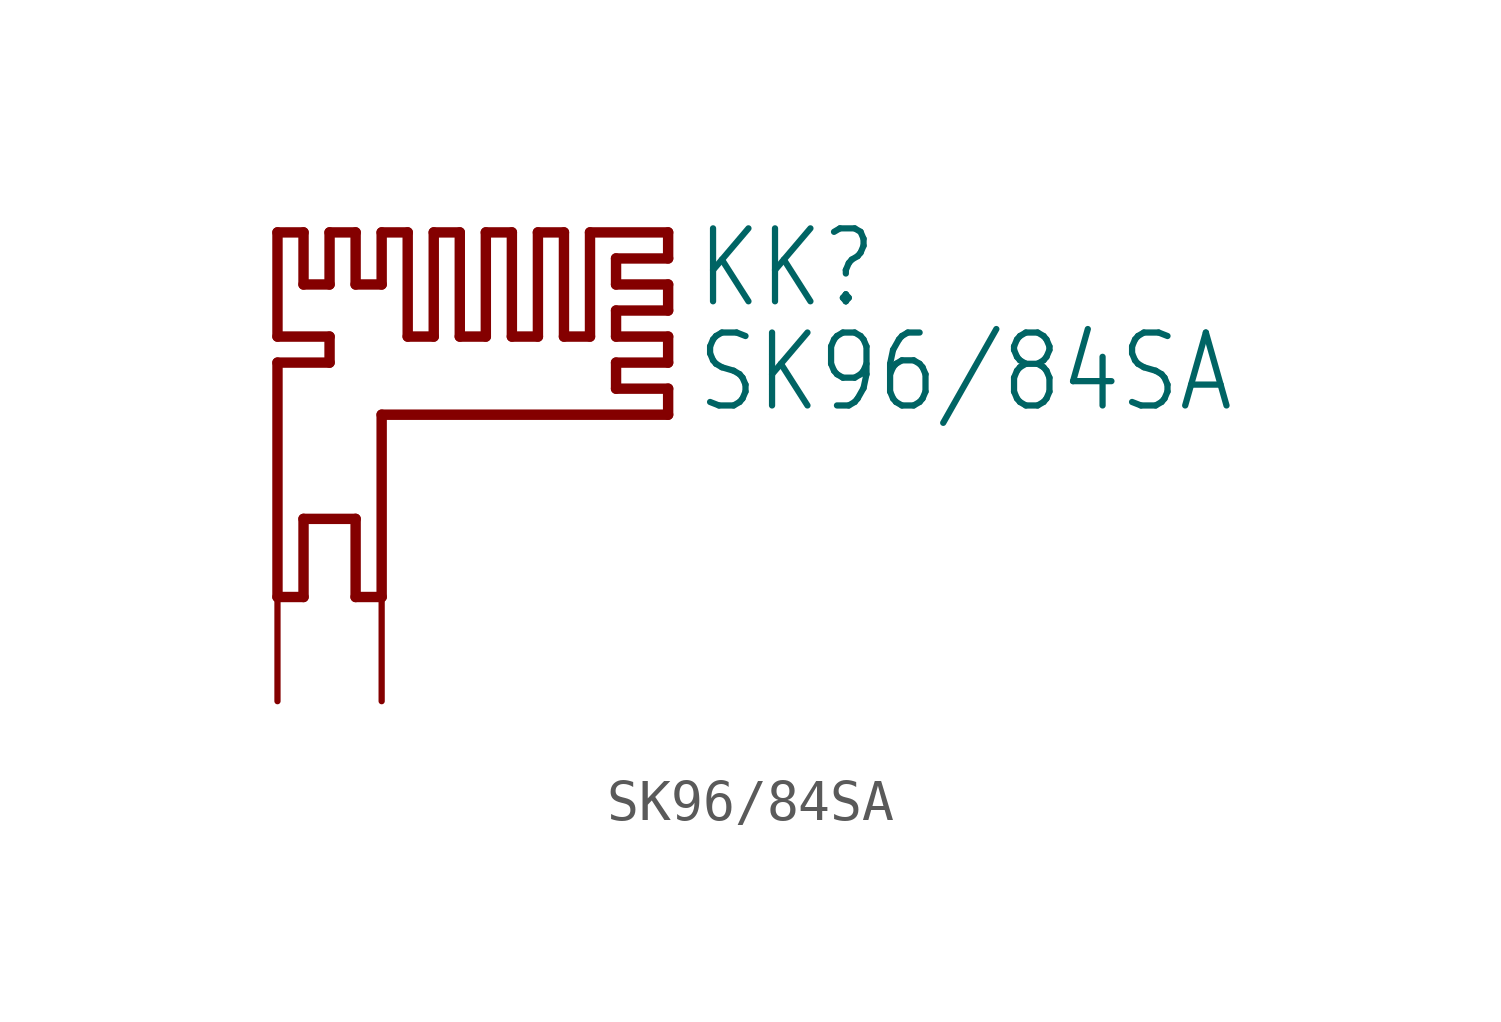
<source format=kicad_sym>
(kicad_symbol_lib
  (version 20220914)
  (generator kicad_symbol_editor)
  (symbol "SK96/84SA"
    (property "Reference" "KK"
      (at 10.16 6.985 0)
      (effects (font (size 1.778 1.511)) (justify left bottom)))
    (property "Value" "SK96/84SA"
      (at 10.16 4.445 0)
      (effects (font (size 1.778 1.511)) (justify left bottom)))
    (symbol "SK96/84SA_1_0"
      (polyline (pts (xy 0 0) (xy 0.635 0)) (stroke (width 0.254) (type solid)) (fill (type none)))
      (polyline (pts (xy 0 5.715) (xy 0 0)) (stroke (width 0.254) (type solid)) (fill (type none)))
      (polyline (pts (xy 0 6.35) (xy 1.27 6.35)) (stroke (width 0.254) (type solid)) (fill (type none)))
      (polyline (pts (xy 0 8.89) (xy 0 6.35)) (stroke (width 0.254) (type solid)) (fill (type none)))
      (polyline (pts (xy 0.635 0) (xy 0.635 1.905)) (stroke (width 0.254) (type solid)) (fill (type none)))
      (polyline (pts (xy 0.635 1.905) (xy 1.905 1.905)) (stroke (width 0.254) (type solid)) (fill (type none)))
      (polyline (pts (xy 0.635 7.62) (xy 0.635 8.89)) (stroke (width 0.254) (type solid)) (fill (type none)))
      (polyline (pts (xy 0.635 8.89) (xy 0 8.89)) (stroke (width 0.254) (type solid)) (fill (type none)))
      (polyline (pts (xy 1.27 5.715) (xy 0 5.715)) (stroke (width 0.254) (type solid)) (fill (type none)))
      (polyline (pts (xy 1.27 6.35) (xy 1.27 5.715)) (stroke (width 0.254) (type solid)) (fill (type none)))
      (polyline (pts (xy 1.27 7.62) (xy 0.635 7.62)) (stroke (width 0.254) (type solid)) (fill (type none)))
      (polyline (pts (xy 1.27 8.89) (xy 1.27 7.62)) (stroke (width 0.254) (type solid)) (fill (type none)))
      (polyline (pts (xy 1.905 0) (xy 2.54 0)) (stroke (width 0.254) (type solid)) (fill (type none)))
      (polyline (pts (xy 1.905 1.905) (xy 1.905 0)) (stroke (width 0.254) (type solid)) (fill (type none)))
      (polyline (pts (xy 1.905 7.62) (xy 1.905 8.89)) (stroke (width 0.254) (type solid)) (fill (type none)))
      (polyline (pts (xy 1.905 8.89) (xy 1.27 8.89)) (stroke (width 0.254) (type solid)) (fill (type none)))
      (polyline (pts (xy 2.54 0) (xy 2.54 4.445)) (stroke (width 0.254) (type solid)) (fill (type none)))
      (polyline (pts (xy 2.54 4.445) (xy 9.525 4.445)) (stroke (width 0.254) (type solid)) (fill (type none)))
      (polyline (pts (xy 2.54 7.62) (xy 1.905 7.62)) (stroke (width 0.254) (type solid)) (fill (type none)))
      (polyline (pts (xy 2.54 8.89) (xy 2.54 7.62)) (stroke (width 0.254) (type solid)) (fill (type none)))
      (polyline (pts (xy 3.175 6.35) (xy 3.175 8.89)) (stroke (width 0.254) (type solid)) (fill (type none)))
      (polyline (pts (xy 3.175 8.89) (xy 2.54 8.89)) (stroke (width 0.254) (type solid)) (fill (type none)))
      (polyline (pts (xy 3.81 6.35) (xy 3.175 6.35)) (stroke (width 0.254) (type solid)) (fill (type none)))
      (polyline (pts (xy 3.81 8.89) (xy 3.81 6.35)) (stroke (width 0.254) (type solid)) (fill (type none)))
      (polyline (pts (xy 4.445 6.35) (xy 4.445 8.89)) (stroke (width 0.254) (type solid)) (fill (type none)))
      (polyline (pts (xy 4.445 8.89) (xy 3.81 8.89)) (stroke (width 0.254) (type solid)) (fill (type none)))
      (polyline (pts (xy 5.08 6.35) (xy 4.445 6.35)) (stroke (width 0.254) (type solid)) (fill (type none)))
      (polyline (pts (xy 5.08 8.89) (xy 5.08 6.35)) (stroke (width 0.254) (type solid)) (fill (type none)))
      (polyline (pts (xy 5.715 6.35) (xy 5.715 8.89)) (stroke (width 0.254) (type solid)) (fill (type none)))
      (polyline (pts (xy 5.715 8.89) (xy 5.08 8.89)) (stroke (width 0.254) (type solid)) (fill (type none)))
      (polyline (pts (xy 6.35 6.35) (xy 5.715 6.35)) (stroke (width 0.254) (type solid)) (fill (type none)))
      (polyline (pts (xy 6.35 8.89) (xy 6.35 6.35)) (stroke (width 0.254) (type solid)) (fill (type none)))
      (polyline (pts (xy 6.985 6.35) (xy 6.985 8.89)) (stroke (width 0.254) (type solid)) (fill (type none)))
      (polyline (pts (xy 6.985 8.89) (xy 6.35 8.89)) (stroke (width 0.254) (type solid)) (fill (type none)))
      (polyline (pts (xy 7.62 6.35) (xy 6.985 6.35)) (stroke (width 0.254) (type solid)) (fill (type none)))
      (polyline (pts (xy 7.62 8.89) (xy 7.62 6.35)) (stroke (width 0.254) (type solid)) (fill (type none)))
      (polyline (pts (xy 8.255 5.08) (xy 8.255 5.715)) (stroke (width 0.254) (type solid)) (fill (type none)))
      (polyline (pts (xy 8.255 5.715) (xy 9.525 5.715)) (stroke (width 0.254) (type solid)) (fill (type none)))
      (polyline (pts (xy 8.255 6.35) (xy 8.255 6.985)) (stroke (width 0.254) (type solid)) (fill (type none)))
      (polyline (pts (xy 8.255 6.985) (xy 9.525 6.985)) (stroke (width 0.254) (type solid)) (fill (type none)))
      (polyline (pts (xy 8.255 7.62) (xy 8.255 8.255)) (stroke (width 0.254) (type solid)) (fill (type none)))
      (polyline (pts (xy 8.255 8.255) (xy 9.525 8.255)) (stroke (width 0.254) (type solid)) (fill (type none)))
      (polyline (pts (xy 9.525 4.445) (xy 9.525 5.08)) (stroke (width 0.254) (type solid)) (fill (type none)))
      (polyline (pts (xy 9.525 5.08) (xy 8.255 5.08)) (stroke (width 0.254) (type solid)) (fill (type none)))
      (polyline (pts (xy 9.525 5.715) (xy 9.525 6.35)) (stroke (width 0.254) (type solid)) (fill (type none)))
      (polyline (pts (xy 9.525 6.35) (xy 8.255 6.35)) (stroke (width 0.254) (type solid)) (fill (type none)))
      (polyline (pts (xy 9.525 6.985) (xy 9.525 7.62)) (stroke (width 0.254) (type solid)) (fill (type none)))
      (polyline (pts (xy 9.525 7.62) (xy 8.255 7.62)) (stroke (width 0.254) (type solid)) (fill (type none)))
      (polyline (pts (xy 9.525 8.255) (xy 9.525 8.89)) (stroke (width 0.254) (type solid)) (fill (type none)))
      (polyline (pts (xy 9.525 8.89) (xy 7.62 8.89)) (stroke (width 0.254) (type solid)) (fill (type none)))
      (pin passive line (at 0 -2.54 90) (length 2.54) (name "1" (effects (font (size 0 0)))) (number "1" (effects (font (size 0 0)))))
      (pin passive line (at 2.54 -2.54 90) (length 2.54) (name "2" (effects (font (size 0 0)))) (number "2" (effects (font (size 0 0))))))))
</source>
